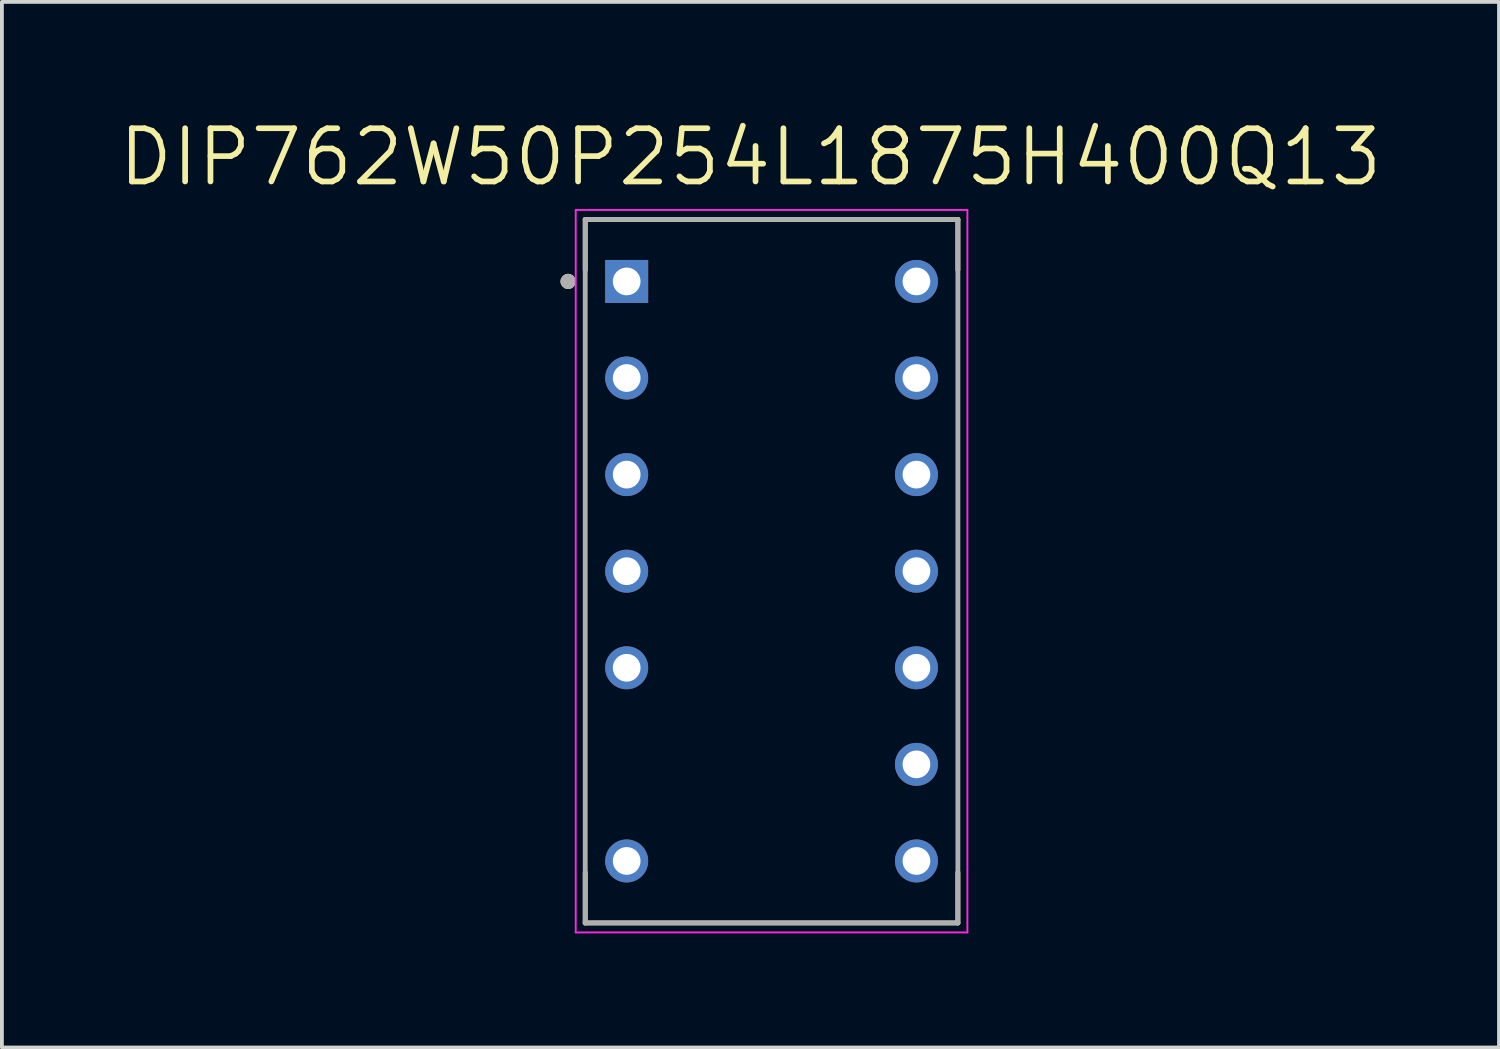
<source format=kicad_pcb>
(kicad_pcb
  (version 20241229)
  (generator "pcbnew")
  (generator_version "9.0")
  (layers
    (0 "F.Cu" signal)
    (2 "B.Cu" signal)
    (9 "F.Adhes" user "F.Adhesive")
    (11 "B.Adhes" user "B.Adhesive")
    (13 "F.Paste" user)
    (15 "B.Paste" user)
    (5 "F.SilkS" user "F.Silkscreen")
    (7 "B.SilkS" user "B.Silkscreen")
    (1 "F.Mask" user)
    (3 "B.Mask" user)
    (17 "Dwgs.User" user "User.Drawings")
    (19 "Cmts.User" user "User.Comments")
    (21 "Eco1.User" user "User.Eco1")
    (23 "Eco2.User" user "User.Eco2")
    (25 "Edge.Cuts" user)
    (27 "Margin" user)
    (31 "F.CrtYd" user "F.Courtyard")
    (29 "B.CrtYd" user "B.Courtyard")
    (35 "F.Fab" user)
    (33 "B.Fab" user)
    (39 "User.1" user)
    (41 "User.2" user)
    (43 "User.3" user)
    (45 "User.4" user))
  (footprint "DIP762W50P254L1875H400Q13"
    (layer "F.Cu")
    (at 17.24 11.971)
    (property "Reference" "DIP762W50P254L1875H400Q13" (at -0.555 -10.889 0) (layer "F.SilkS") (effects (font (size 1.4 1.4) (thickness 0.15))))
    (attr through_hole)
    (fp_line (start -4.9 -9.25) (end -4.9 -7.92) (stroke (width 0.127) (type solid)) (layer "F.SilkS"))
    (fp_line (start -4.9 7.92) (end -4.9 9.25) (stroke (width 0.127) (type solid)) (layer "F.SilkS"))
    (fp_line (start -4.9 9.25) (end 4.9 9.25) (stroke (width 0.127) (type solid)) (layer "F.SilkS"))
    (fp_line (start 4.9 -9.25) (end -4.9 -9.25) (stroke (width 0.127) (type solid)) (layer "F.SilkS"))
    (fp_line (start 4.9 -7.92) (end 4.9 -9.25) (stroke (width 0.127) (type solid)) (layer "F.SilkS"))
    (fp_line (start 4.9 9.25) (end 4.9 7.92) (stroke (width 0.127) (type solid)) (layer "F.SilkS"))
    (fp_circle (center -5.35 -7.62) (end -5.25 -7.62) (stroke (width 0.2) (type solid)) (fill no) (layer "F.SilkS"))
    (fp_line (start -5.15 -9.5) (end -5.15 9.5) (stroke (width 0.05) (type solid)) (layer "F.CrtYd"))
    (fp_line (start -5.15 9.5) (end 5.15 9.5) (stroke (width 0.05) (type solid)) (layer "F.CrtYd"))
    (fp_line (start 5.15 -9.5) (end -5.15 -9.5) (stroke (width 0.05) (type solid)) (layer "F.CrtYd"))
    (fp_line (start 5.15 9.5) (end 5.15 -9.5) (stroke (width 0.05) (type solid)) (layer "F.CrtYd"))
    (fp_line (start -4.9 -9.25) (end -4.9 9.25) (stroke (width 0.127) (type solid)) (layer "F.Fab"))
    (fp_line (start -4.9 9.25) (end 4.9 9.25) (stroke (width 0.127) (type solid)) (layer "F.Fab"))
    (fp_line (start 4.9 -9.25) (end -4.9 -9.25) (stroke (width 0.127) (type solid)) (layer "F.Fab"))
    (fp_line (start 4.9 9.25) (end 4.9 -9.25) (stroke (width 0.127) (type solid)) (layer "F.Fab"))
    (fp_circle (center -5.35 -7.62) (end -5.25 -7.62) (stroke (width 0.2) (type solid)) (fill no) (layer "F.Fab"))
    (pad "1" thru_hole rect (at -3.81 -7.62) (size 1.13 1.13) (drill 0.73) (layers "*.Cu" "*.Mask"))
    (pad "2" thru_hole circle (at -3.81 -5.08) (size 1.13 1.13) (drill 0.73) (layers "*.Cu" "*.Mask"))
    (pad "3" thru_hole circle (at -3.81 -2.54) (size 1.13 1.13) (drill 0.73) (layers "*.Cu" "*.Mask"))
    (pad "4" thru_hole circle (at -3.81 0) (size 1.13 1.13) (drill 0.73) (layers "*.Cu" "*.Mask"))
    (pad "5" thru_hole circle (at -3.81 2.54) (size 1.13 1.13) (drill 0.73) (layers "*.Cu" "*.Mask"))
    (pad "7" thru_hole circle (at -3.81 7.62) (size 1.13 1.13) (drill 0.73) (layers "*.Cu" "*.Mask"))
    (pad "8" thru_hole circle (at 3.81 7.62) (size 1.13 1.13) (drill 0.73) (layers "*.Cu" "*.Mask"))
    (pad "9" thru_hole circle (at 3.81 5.08) (size 1.13 1.13) (drill 0.73) (layers "*.Cu" "*.Mask"))
    (pad "10" thru_hole circle (at 3.81 2.54) (size 1.13 1.13) (drill 0.73) (layers "*.Cu" "*.Mask"))
    (pad "11" thru_hole circle (at 3.81 0) (size 1.13 1.13) (drill 0.73) (layers "*.Cu" "*.Mask"))
    (pad "12" thru_hole circle (at 3.81 -2.54) (size 1.13 1.13) (drill 0.73) (layers "*.Cu" "*.Mask"))
    (pad "13" thru_hole circle (at 3.81 -5.08) (size 1.13 1.13) (drill 0.73) (layers "*.Cu" "*.Mask"))
    (pad "14" thru_hole circle (at 3.81 -7.62) (size 1.13 1.13) (drill 0.73) (layers "*.Cu" "*.Mask")))
  (gr_rect
    (start -3 -3)
    (end 36.37 24.496)
    (stroke (width 0.1) (type default))
    (fill no)
    (layer "Edge.Cuts")))
</source>
